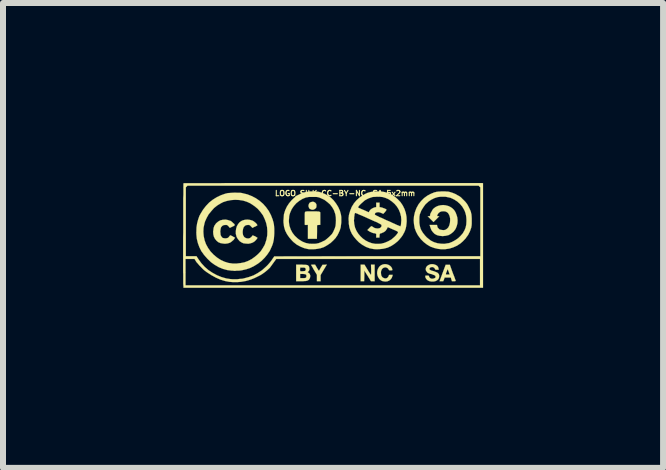
<source format=kicad_pcb>
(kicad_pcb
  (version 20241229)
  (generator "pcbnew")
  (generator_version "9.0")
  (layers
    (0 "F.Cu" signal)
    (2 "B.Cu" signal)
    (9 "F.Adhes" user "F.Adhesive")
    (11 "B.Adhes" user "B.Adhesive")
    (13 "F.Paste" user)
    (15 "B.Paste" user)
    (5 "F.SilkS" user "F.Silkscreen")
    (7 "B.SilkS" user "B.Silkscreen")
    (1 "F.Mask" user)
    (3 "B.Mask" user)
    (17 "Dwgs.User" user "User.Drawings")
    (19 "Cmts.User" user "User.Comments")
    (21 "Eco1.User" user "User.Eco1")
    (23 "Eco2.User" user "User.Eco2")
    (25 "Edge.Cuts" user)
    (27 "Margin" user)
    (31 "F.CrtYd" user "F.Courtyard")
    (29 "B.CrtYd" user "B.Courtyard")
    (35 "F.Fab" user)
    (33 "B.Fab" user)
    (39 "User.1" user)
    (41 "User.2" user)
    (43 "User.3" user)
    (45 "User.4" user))
  (footprint "LOGO_SILK_CC-BY-NC-SA_5x2mm"
    (layer "F.Cu")
    (at 2.501 0.872)
    (property "Reference" "LOGO_SILK_CC-BY-NC-SA_5x2mm" (at 0.2 -0.7 0) (layer "F.SilkS") (effects (font (size 0.089 0.089) (thickness 0.018))))
    (attr through_hole)
    (fp_poly (pts (xy -0.277 -0.488) (xy -0.279 -0.467) (xy -0.29 -0.45) (xy -0.307 -0.437) (xy -0.33 -0.427) (xy -0.345 -0.427) (xy -0.363 -0.429) (xy -0.366 -0.432) (xy -0.378 -0.437) (xy -0.386 -0.439) (xy -0.391 -0.442) (xy -0.396 -0.452) (xy -0.399 -0.455) (xy -0.409 -0.48) (xy -0.409 -0.503) (xy -0.401 -0.526) (xy -0.389 -0.544) (xy -0.368 -0.554) (xy -0.343 -0.559) (xy -0.34 -0.561) (xy -0.318 -0.556) (xy -0.297 -0.544) (xy -0.284 -0.528) (xy -0.277 -0.511) (xy -0.277 -0.488)) (stroke (width 0.003) (type solid)) (fill yes) (layer "F.SilkS"))
    (fp_poly (pts (xy 0.693 0.765) (xy 0.663 0.765) (xy 0.632 0.765) (xy 0.577 0.676) (xy 0.521 0.587) (xy 0.521 0.676) (xy 0.518 0.765) (xy 0.488 0.765) (xy 0.46 0.765) (xy 0.46 0.627) (xy 0.46 0.488) (xy 0.49 0.488) (xy 0.523 0.488) (xy 0.577 0.577) (xy 0.592 0.602) (xy 0.607 0.625) (xy 0.62 0.643) (xy 0.627 0.655) (xy 0.632 0.66) (xy 0.632 0.655) (xy 0.635 0.643) (xy 0.635 0.622) (xy 0.635 0.597) (xy 0.635 0.574) (xy 0.632 0.488) (xy 0.663 0.488) (xy 0.693 0.488) (xy 0.693 0.627) (xy 0.693 0.765)) (stroke (width 0.003) (type solid)) (fill yes) (layer "F.SilkS"))
    (fp_poly (pts (xy -0.104 0.488) (xy -0.157 0.577) (xy -0.208 0.663) (xy -0.208 0.714) (xy -0.208 0.765) (xy -0.239 0.765) (xy -0.269 0.765) (xy -0.269 0.711) (xy -0.269 0.658) (xy -0.318 0.577) (xy -0.333 0.551) (xy -0.345 0.528) (xy -0.356 0.511) (xy -0.363 0.498) (xy -0.368 0.493) (xy -0.363 0.49) (xy -0.353 0.49) (xy -0.335 0.488) (xy -0.3 0.488) (xy -0.269 0.541) (xy -0.254 0.566) (xy -0.244 0.582) (xy -0.236 0.589) (xy -0.234 0.589) (xy -0.229 0.582) (xy -0.221 0.569) (xy -0.211 0.549) (xy -0.203 0.536) (xy -0.175 0.49) (xy -0.14 0.49) (xy -0.104 0.488)) (stroke (width 0.003) (type solid)) (fill yes) (layer "F.SilkS"))
    (fp_poly (pts (xy 2.045 0.759) (xy 2.04 0.762) (xy 2.027 0.765) (xy 2.012 0.765) (xy 1.981 0.765) (xy 1.971 0.734) (xy 1.963 0.704) (xy 1.943 0.704) (xy 1.943 0.653) (xy 1.928 0.61) (xy 1.92 0.589) (xy 1.915 0.574) (xy 1.91 0.569) (xy 1.91 0.566) (xy 1.905 0.574) (xy 1.9 0.587) (xy 1.895 0.602) (xy 1.887 0.62) (xy 1.882 0.635) (xy 1.88 0.648) (xy 1.88 0.65) (xy 1.885 0.653) (xy 1.895 0.653) (xy 1.91 0.653) (xy 1.943 0.653) (xy 1.943 0.704) (xy 1.91 0.704) (xy 1.859 0.704) (xy 1.849 0.734) (xy 1.836 0.765) (xy 1.806 0.765) (xy 1.775 0.765) (xy 1.826 0.627) (xy 1.877 0.49) (xy 1.913 0.49) (xy 1.946 0.49) (xy 1.994 0.625) (xy 2.007 0.658) (xy 2.019 0.688) (xy 2.029 0.716) (xy 2.037 0.739) (xy 2.042 0.752) (xy 2.045 0.759)) (stroke (width 0.003) (type solid)) (fill yes) (layer "F.SilkS"))
    (fp_poly (pts (xy -0.213 -0.353) (xy -0.213 -0.338) (xy -0.213 -0.318) (xy -0.213 -0.29) (xy -0.213 -0.264) (xy -0.213 -0.175) (xy -0.239 -0.173) (xy -0.267 -0.17) (xy -0.267 -0.056) (xy -0.269 0.058) (xy -0.343 0.058) (xy -0.419 0.058) (xy -0.419 -0.056) (xy -0.419 -0.175) (xy -0.439 -0.173) (xy -0.455 -0.173) (xy -0.465 -0.173) (xy -0.467 -0.173) (xy -0.47 -0.175) (xy -0.472 -0.183) (xy -0.472 -0.198) (xy -0.472 -0.221) (xy -0.472 -0.249) (xy -0.472 -0.274) (xy -0.472 -0.31) (xy -0.472 -0.338) (xy -0.472 -0.358) (xy -0.47 -0.371) (xy -0.47 -0.381) (xy -0.467 -0.386) (xy -0.465 -0.389) (xy -0.462 -0.391) (xy -0.46 -0.394) (xy -0.455 -0.396) (xy -0.445 -0.396) (xy -0.432 -0.399) (xy -0.411 -0.399) (xy -0.386 -0.399) (xy -0.351 -0.399) (xy -0.343 -0.399) (xy -0.305 -0.399) (xy -0.274 -0.399) (xy -0.251 -0.396) (xy -0.234 -0.396) (xy -0.224 -0.391) (xy -0.216 -0.386) (xy -0.213 -0.381) (xy -0.213 -0.371) (xy -0.213 -0.361) (xy -0.213 -0.353)) (stroke (width 0.003) (type solid)) (fill yes) (layer "F.SilkS"))
    (fp_poly (pts (xy 0.993 0.658) (xy 0.991 0.673) (xy 0.978 0.709) (xy 0.96 0.734) (xy 0.935 0.754) (xy 0.904 0.767) (xy 0.869 0.77) (xy 0.846 0.767) (xy 0.82 0.762) (xy 0.8 0.752) (xy 0.78 0.737) (xy 0.77 0.726) (xy 0.752 0.699) (xy 0.739 0.665) (xy 0.734 0.632) (xy 0.737 0.597) (xy 0.747 0.561) (xy 0.765 0.531) (xy 0.775 0.518) (xy 0.8 0.498) (xy 0.831 0.485) (xy 0.864 0.48) (xy 0.894 0.483) (xy 0.925 0.493) (xy 0.95 0.508) (xy 0.973 0.531) (xy 0.978 0.544) (xy 0.986 0.559) (xy 0.988 0.572) (xy 0.988 0.574) (xy 0.988 0.579) (xy 0.983 0.582) (xy 0.97 0.584) (xy 0.963 0.584) (xy 0.945 0.584) (xy 0.937 0.582) (xy 0.93 0.577) (xy 0.927 0.569) (xy 0.912 0.549) (xy 0.892 0.538) (xy 0.871 0.533) (xy 0.848 0.538) (xy 0.828 0.549) (xy 0.813 0.566) (xy 0.808 0.577) (xy 0.8 0.597) (xy 0.798 0.622) (xy 0.8 0.65) (xy 0.805 0.673) (xy 0.808 0.678) (xy 0.823 0.699) (xy 0.843 0.711) (xy 0.866 0.719) (xy 0.889 0.716) (xy 0.899 0.711) (xy 0.912 0.701) (xy 0.922 0.686) (xy 0.93 0.671) (xy 0.93 0.665) (xy 0.93 0.663) (xy 0.937 0.66) (xy 0.953 0.658) (xy 0.96 0.658) (xy 0.993 0.658)) (stroke (width 0.003) (type solid)) (fill yes) (layer "F.SilkS"))
    (fp_poly (pts (xy -1.633 0.041) (xy -1.643 0.053) (xy -1.656 0.074) (xy -1.676 0.091) (xy -1.697 0.109) (xy -1.717 0.122) (xy -1.722 0.124) (xy -1.758 0.135) (xy -1.801 0.14) (xy -1.831 0.137) (xy -1.875 0.13) (xy -1.913 0.114) (xy -1.943 0.089) (xy -1.968 0.058) (xy -1.986 0.023) (xy -1.996 -0.018) (xy -1.999 -0.066) (xy -1.996 -0.079) (xy -1.991 -0.122) (xy -1.979 -0.157) (xy -1.956 -0.191) (xy -1.948 -0.201) (xy -1.915 -0.229) (xy -1.88 -0.249) (xy -1.839 -0.259) (xy -1.793 -0.262) (xy -1.773 -0.259) (xy -1.75 -0.254) (xy -1.727 -0.246) (xy -1.709 -0.241) (xy -1.694 -0.231) (xy -1.679 -0.218) (xy -1.664 -0.203) (xy -1.648 -0.191) (xy -1.641 -0.178) (xy -1.638 -0.17) (xy -1.643 -0.165) (xy -1.654 -0.157) (xy -1.671 -0.147) (xy -1.679 -0.145) (xy -1.72 -0.124) (xy -1.742 -0.15) (xy -1.755 -0.163) (xy -1.765 -0.17) (xy -1.775 -0.173) (xy -1.788 -0.173) (xy -1.796 -0.173) (xy -1.824 -0.17) (xy -1.847 -0.157) (xy -1.864 -0.137) (xy -1.867 -0.135) (xy -1.872 -0.117) (xy -1.877 -0.091) (xy -1.88 -0.064) (xy -1.877 -0.036) (xy -1.875 -0.01) (xy -1.872 0) (xy -1.859 0.023) (xy -1.844 0.041) (xy -1.821 0.048) (xy -1.796 0.051) (xy -1.77 0.048) (xy -1.75 0.041) (xy -1.735 0.025) (xy -1.727 0.015) (xy -1.72 0.005) (xy -1.712 0) (xy -1.707 0) (xy -1.694 0.008) (xy -1.676 0.015) (xy -1.671 0.02) (xy -1.633 0.041)) (stroke (width 0.003) (type solid)) (fill yes) (layer "F.SilkS"))
    (fp_poly (pts (xy -1.262 0.038) (xy -1.262 0.046) (xy -1.267 0.056) (xy -1.275 0.066) (xy -1.303 0.097) (xy -1.336 0.119) (xy -1.372 0.132) (xy -1.412 0.14) (xy -1.458 0.137) (xy -1.496 0.132) (xy -1.527 0.117) (xy -1.557 0.097) (xy -1.562 0.091) (xy -1.587 0.061) (xy -1.608 0.025) (xy -1.618 -0.015) (xy -1.621 -0.023) (xy -1.621 -0.069) (xy -1.615 -0.112) (xy -1.603 -0.152) (xy -1.582 -0.188) (xy -1.557 -0.218) (xy -1.527 -0.239) (xy -1.506 -0.249) (xy -1.468 -0.259) (xy -1.427 -0.262) (xy -1.384 -0.257) (xy -1.346 -0.246) (xy -1.341 -0.244) (xy -1.323 -0.234) (xy -1.303 -0.218) (xy -1.285 -0.203) (xy -1.27 -0.185) (xy -1.267 -0.178) (xy -1.262 -0.173) (xy -1.262 -0.168) (xy -1.267 -0.163) (xy -1.278 -0.157) (xy -1.295 -0.147) (xy -1.303 -0.145) (xy -1.344 -0.124) (xy -1.369 -0.15) (xy -1.382 -0.163) (xy -1.392 -0.17) (xy -1.4 -0.173) (xy -1.415 -0.173) (xy -1.42 -0.173) (xy -1.448 -0.17) (xy -1.468 -0.16) (xy -1.486 -0.14) (xy -1.494 -0.127) (xy -1.501 -0.102) (xy -1.506 -0.069) (xy -1.506 -0.038) (xy -1.501 -0.008) (xy -1.496 0.005) (xy -1.481 0.028) (xy -1.46 0.043) (xy -1.435 0.051) (xy -1.41 0.053) (xy -1.387 0.046) (xy -1.364 0.03) (xy -1.354 0.018) (xy -1.344 0.008) (xy -1.344 0.003) (xy -1.341 0) (xy -1.333 0.003) (xy -1.321 0.008) (xy -1.303 0.015) (xy -1.285 0.025) (xy -1.273 0.033) (xy -1.262 0.038)) (stroke (width 0.003) (type solid)) (fill yes) (layer "F.SilkS"))
    (fp_poly (pts (xy -0.381 0.693) (xy -0.389 0.719) (xy -0.404 0.742) (xy -0.427 0.754) (xy -0.434 0.757) (xy -0.445 0.759) (xy -0.445 0.678) (xy -0.445 0.663) (xy -0.452 0.653) (xy -0.455 0.653) (xy -0.455 0.564) (xy -0.46 0.551) (xy -0.462 0.546) (xy -0.47 0.541) (xy -0.483 0.538) (xy -0.503 0.538) (xy -0.508 0.538) (xy -0.549 0.538) (xy -0.549 0.554) (xy -0.551 0.572) (xy -0.549 0.584) (xy -0.549 0.592) (xy -0.546 0.597) (xy -0.538 0.599) (xy -0.523 0.599) (xy -0.513 0.599) (xy -0.488 0.597) (xy -0.47 0.594) (xy -0.465 0.592) (xy -0.457 0.579) (xy -0.455 0.564) (xy -0.455 0.653) (xy -0.465 0.648) (xy -0.483 0.645) (xy -0.508 0.643) (xy -0.549 0.643) (xy -0.549 0.678) (xy -0.549 0.714) (xy -0.505 0.714) (xy -0.483 0.714) (xy -0.467 0.711) (xy -0.457 0.709) (xy -0.452 0.706) (xy -0.445 0.693) (xy -0.445 0.678) (xy -0.445 0.759) (xy -0.447 0.759) (xy -0.46 0.762) (xy -0.48 0.762) (xy -0.505 0.765) (xy -0.531 0.765) (xy -0.615 0.765) (xy -0.615 0.627) (xy -0.615 0.488) (xy -0.531 0.488) (xy -0.495 0.49) (xy -0.467 0.49) (xy -0.447 0.493) (xy -0.432 0.495) (xy -0.419 0.5) (xy -0.411 0.508) (xy -0.406 0.513) (xy -0.399 0.526) (xy -0.396 0.546) (xy -0.394 0.566) (xy -0.396 0.577) (xy -0.401 0.589) (xy -0.411 0.602) (xy -0.414 0.602) (xy -0.422 0.612) (xy -0.422 0.617) (xy -0.419 0.617) (xy -0.406 0.627) (xy -0.391 0.64) (xy -0.384 0.658) (xy -0.381 0.665) (xy -0.381 0.693)) (stroke (width 0.003) (type solid)) (fill yes) (layer "F.SilkS"))
    (fp_poly (pts (xy 1.768 0.693) (xy 1.763 0.714) (xy 1.753 0.732) (xy 1.748 0.737) (xy 1.73 0.752) (xy 1.702 0.765) (xy 1.671 0.77) (xy 1.641 0.77) (xy 1.636 0.77) (xy 1.6 0.762) (xy 1.572 0.747) (xy 1.552 0.726) (xy 1.539 0.701) (xy 1.539 0.699) (xy 1.537 0.683) (xy 1.539 0.673) (xy 1.547 0.671) (xy 1.565 0.671) (xy 1.57 0.671) (xy 1.585 0.671) (xy 1.593 0.673) (xy 1.598 0.681) (xy 1.6 0.688) (xy 1.61 0.706) (xy 1.628 0.719) (xy 1.648 0.724) (xy 1.674 0.721) (xy 1.687 0.716) (xy 1.702 0.709) (xy 1.709 0.696) (xy 1.707 0.683) (xy 1.704 0.676) (xy 1.697 0.668) (xy 1.684 0.663) (xy 1.664 0.655) (xy 1.638 0.645) (xy 1.623 0.643) (xy 1.6 0.635) (xy 1.582 0.627) (xy 1.572 0.62) (xy 1.565 0.612) (xy 1.549 0.589) (xy 1.544 0.566) (xy 1.547 0.544) (xy 1.557 0.523) (xy 1.575 0.505) (xy 1.595 0.493) (xy 1.621 0.483) (xy 1.651 0.48) (xy 1.679 0.483) (xy 1.709 0.493) (xy 1.735 0.508) (xy 1.75 0.528) (xy 1.758 0.554) (xy 1.76 0.574) (xy 1.732 0.574) (xy 1.714 0.574) (xy 1.707 0.572) (xy 1.702 0.566) (xy 1.697 0.559) (xy 1.689 0.544) (xy 1.671 0.533) (xy 1.654 0.528) (xy 1.633 0.531) (xy 1.618 0.538) (xy 1.615 0.541) (xy 1.608 0.551) (xy 1.605 0.561) (xy 1.61 0.569) (xy 1.613 0.574) (xy 1.623 0.579) (xy 1.643 0.589) (xy 1.674 0.597) (xy 1.676 0.597) (xy 1.709 0.61) (xy 1.735 0.62) (xy 1.75 0.632) (xy 1.763 0.648) (xy 1.768 0.665) (xy 1.768 0.671) (xy 1.768 0.693)) (stroke (width 0.003) (type solid)) (fill yes) (layer "F.SilkS"))
    (fp_poly (pts (xy 2.075 -0.251) (xy 2.073 -0.203) (xy 2.062 -0.157) (xy 2.045 -0.114) (xy 2.035 -0.097) (xy 2.019 -0.076) (xy 2.004 -0.058) (xy 2.002 -0.056) (xy 1.963 -0.025) (xy 1.923 -0.003) (xy 1.875 0.008) (xy 1.826 0.013) (xy 1.778 0.008) (xy 1.775 0.008) (xy 1.732 -0.003) (xy 1.694 -0.023) (xy 1.664 -0.053) (xy 1.638 -0.089) (xy 1.621 -0.135) (xy 1.613 -0.16) (xy 1.608 -0.173) (xy 1.671 -0.173) (xy 1.732 -0.173) (xy 1.737 -0.152) (xy 1.742 -0.132) (xy 1.758 -0.114) (xy 1.773 -0.099) (xy 1.775 -0.099) (xy 1.786 -0.094) (xy 1.801 -0.091) (xy 1.814 -0.089) (xy 1.847 -0.086) (xy 1.877 -0.094) (xy 1.902 -0.112) (xy 1.923 -0.135) (xy 1.938 -0.168) (xy 1.948 -0.208) (xy 1.951 -0.244) (xy 1.951 -0.282) (xy 1.943 -0.318) (xy 1.933 -0.345) (xy 1.93 -0.348) (xy 1.915 -0.373) (xy 1.892 -0.389) (xy 1.869 -0.399) (xy 1.836 -0.401) (xy 1.806 -0.399) (xy 1.781 -0.389) (xy 1.758 -0.371) (xy 1.745 -0.353) (xy 1.737 -0.335) (xy 1.735 -0.325) (xy 1.737 -0.32) (xy 1.75 -0.32) (xy 1.753 -0.318) (xy 1.77 -0.318) (xy 1.722 -0.269) (xy 1.674 -0.221) (xy 1.626 -0.269) (xy 1.577 -0.318) (xy 1.595 -0.318) (xy 1.61 -0.32) (xy 1.618 -0.33) (xy 1.618 -0.343) (xy 1.621 -0.356) (xy 1.628 -0.373) (xy 1.641 -0.394) (xy 1.651 -0.414) (xy 1.664 -0.434) (xy 1.676 -0.447) (xy 1.709 -0.472) (xy 1.748 -0.49) (xy 1.788 -0.5) (xy 1.834 -0.505) (xy 1.877 -0.5) (xy 1.923 -0.488) (xy 1.951 -0.475) (xy 1.986 -0.452) (xy 2.017 -0.422) (xy 2.04 -0.386) (xy 2.057 -0.343) (xy 2.07 -0.3) (xy 2.075 -0.251)) (stroke (width 0.003) (type solid)) (fill yes) (layer "F.SilkS"))
    (fp_poly (pts (xy -0.98 -0.069) (xy -0.98 -0.033) (xy -0.983 0.013) (xy -0.986 0.056) (xy -0.993 0.094) (xy -1.001 0.13) (xy -1.013 0.165) (xy -1.024 0.191) (xy -1.054 0.257) (xy -1.095 0.318) (xy -1.095 -0.069) (xy -1.1 -0.137) (xy -1.115 -0.206) (xy -1.138 -0.269) (xy -1.168 -0.333) (xy -1.209 -0.389) (xy -1.255 -0.442) (xy -1.311 -0.488) (xy -1.372 -0.528) (xy -1.374 -0.531) (xy -1.435 -0.559) (xy -1.499 -0.579) (xy -1.565 -0.589) (xy -1.633 -0.592) (xy -1.702 -0.587) (xy -1.768 -0.574) (xy -1.831 -0.554) (xy -1.872 -0.533) (xy -1.93 -0.498) (xy -1.984 -0.455) (xy -2.029 -0.404) (xy -2.073 -0.351) (xy -2.106 -0.292) (xy -2.134 -0.231) (xy -2.144 -0.196) (xy -2.159 -0.124) (xy -2.162 -0.053) (xy -2.156 0.015) (xy -2.141 0.084) (xy -2.118 0.147) (xy -2.083 0.211) (xy -2.042 0.269) (xy -1.991 0.323) (xy -1.933 0.371) (xy -1.875 0.409) (xy -1.811 0.439) (xy -1.745 0.46) (xy -1.676 0.47) (xy -1.603 0.47) (xy -1.537 0.462) (xy -1.476 0.45) (xy -1.415 0.427) (xy -1.356 0.396) (xy -1.303 0.358) (xy -1.252 0.315) (xy -1.206 0.267) (xy -1.171 0.213) (xy -1.14 0.16) (xy -1.133 0.142) (xy -1.11 0.071) (xy -1.097 0) (xy -1.095 -0.069) (xy -1.095 0.318) (xy -1.14 0.373) (xy -1.194 0.427) (xy -1.252 0.472) (xy -1.316 0.511) (xy -1.382 0.544) (xy -1.448 0.566) (xy -1.519 0.582) (xy -1.552 0.587) (xy -1.582 0.589) (xy -1.608 0.589) (xy -1.631 0.592) (xy -1.648 0.592) (xy -1.669 0.589) (xy -1.687 0.589) (xy -1.763 0.579) (xy -1.836 0.559) (xy -1.905 0.531) (xy -1.971 0.493) (xy -2.035 0.447) (xy -2.095 0.389) (xy -2.149 0.328) (xy -2.195 0.264) (xy -2.228 0.198) (xy -2.253 0.13) (xy -2.271 0.056) (xy -2.278 -0.018) (xy -2.278 -0.058) (xy -2.276 -0.13) (xy -2.266 -0.198) (xy -2.25 -0.259) (xy -2.228 -0.323) (xy -2.207 -0.361) (xy -2.167 -0.427) (xy -2.118 -0.49) (xy -2.065 -0.546) (xy -2.004 -0.594) (xy -1.938 -0.635) (xy -1.869 -0.668) (xy -1.798 -0.693) (xy -1.753 -0.704) (xy -1.72 -0.706) (xy -1.679 -0.709) (xy -1.636 -0.711) (xy -1.593 -0.709) (xy -1.549 -0.709) (xy -1.514 -0.704) (xy -1.506 -0.701) (xy -1.43 -0.683) (xy -1.359 -0.655) (xy -1.29 -0.62) (xy -1.227 -0.577) (xy -1.168 -0.526) (xy -1.118 -0.47) (xy -1.072 -0.406) (xy -1.036 -0.338) (xy -1.008 -0.267) (xy -1.003 -0.249) (xy -0.993 -0.213) (xy -0.986 -0.18) (xy -0.983 -0.147) (xy -0.98 -0.109) (xy -0.98 -0.069)) (stroke (width 0.003) (type solid)) (fill yes) (layer "F.SilkS"))
    (fp_poly (pts (xy 2.311 -0.239) (xy 2.311 -0.198) (xy 2.309 -0.165) (xy 2.304 -0.137) (xy 2.304 -0.132) (xy 2.281 -0.066) (xy 2.25 -0.005) (xy 2.223 0.03) (xy 2.223 -0.234) (xy 2.223 -0.264) (xy 2.22 -0.305) (xy 2.215 -0.338) (xy 2.207 -0.368) (xy 2.197 -0.399) (xy 2.184 -0.427) (xy 2.154 -0.478) (xy 2.116 -0.523) (xy 2.07 -0.564) (xy 2.019 -0.597) (xy 1.966 -0.622) (xy 1.951 -0.627) (xy 1.915 -0.635) (xy 1.875 -0.643) (xy 1.829 -0.643) (xy 1.788 -0.643) (xy 1.75 -0.638) (xy 1.745 -0.638) (xy 1.689 -0.62) (xy 1.633 -0.592) (xy 1.585 -0.559) (xy 1.539 -0.516) (xy 1.504 -0.467) (xy 1.471 -0.414) (xy 1.453 -0.368) (xy 1.445 -0.348) (xy 1.443 -0.333) (xy 1.44 -0.318) (xy 1.438 -0.3) (xy 1.438 -0.279) (xy 1.438 -0.251) (xy 1.438 -0.208) (xy 1.443 -0.173) (xy 1.45 -0.14) (xy 1.46 -0.107) (xy 1.473 -0.081) (xy 1.496 -0.043) (xy 1.527 -0.003) (xy 1.56 0.033) (xy 1.598 0.064) (xy 1.631 0.089) (xy 1.681 0.114) (xy 1.74 0.132) (xy 1.798 0.14) (xy 1.857 0.142) (xy 1.915 0.132) (xy 1.933 0.13) (xy 1.986 0.109) (xy 2.037 0.081) (xy 2.085 0.048) (xy 2.126 0.008) (xy 2.162 -0.033) (xy 2.189 -0.081) (xy 2.192 -0.086) (xy 2.21 -0.132) (xy 2.22 -0.18) (xy 2.223 -0.234) (xy 2.223 0.03) (xy 2.212 0.048) (xy 2.164 0.099) (xy 2.123 0.135) (xy 2.065 0.173) (xy 2.002 0.201) (xy 1.938 0.221) (xy 1.869 0.231) (xy 1.798 0.231) (xy 1.75 0.226) (xy 1.687 0.211) (xy 1.623 0.188) (xy 1.567 0.155) (xy 1.511 0.112) (xy 1.463 0.064) (xy 1.455 0.053) (xy 1.415 0) (xy 1.384 -0.058) (xy 1.361 -0.119) (xy 1.349 -0.185) (xy 1.344 -0.251) (xy 1.349 -0.318) (xy 1.364 -0.384) (xy 1.387 -0.447) (xy 1.394 -0.462) (xy 1.427 -0.521) (xy 1.468 -0.572) (xy 1.516 -0.62) (xy 1.57 -0.66) (xy 1.628 -0.691) (xy 1.689 -0.716) (xy 1.704 -0.719) (xy 1.722 -0.724) (xy 1.737 -0.726) (xy 1.758 -0.729) (xy 1.778 -0.729) (xy 1.806 -0.732) (xy 1.831 -0.732) (xy 1.864 -0.732) (xy 1.892 -0.729) (xy 1.913 -0.729) (xy 1.93 -0.726) (xy 1.948 -0.721) (xy 1.956 -0.719) (xy 1.996 -0.706) (xy 2.04 -0.688) (xy 2.08 -0.665) (xy 2.111 -0.648) (xy 2.134 -0.63) (xy 2.156 -0.607) (xy 2.182 -0.582) (xy 2.207 -0.556) (xy 2.225 -0.533) (xy 2.233 -0.523) (xy 2.25 -0.493) (xy 2.268 -0.457) (xy 2.286 -0.419) (xy 2.299 -0.384) (xy 2.299 -0.376) (xy 2.306 -0.351) (xy 2.309 -0.315) (xy 2.311 -0.277) (xy 2.311 -0.239)) (stroke (width 0.003) (type solid)) (fill yes) (layer "F.SilkS"))
    (fp_poly (pts (xy 0.137 -0.262) (xy 0.137 -0.216) (xy 0.132 -0.173) (xy 0.127 -0.132) (xy 0.124 -0.122) (xy 0.112 -0.084) (xy 0.094 -0.043) (xy 0.074 -0.003) (xy 0.053 0.028) (xy 0.048 0.033) (xy 0.048 -0.249) (xy 0.046 -0.302) (xy 0.038 -0.351) (xy 0.023 -0.396) (xy 0.013 -0.422) (xy -0.015 -0.47) (xy -0.051 -0.516) (xy -0.097 -0.556) (xy -0.145 -0.592) (xy -0.198 -0.617) (xy -0.229 -0.63) (xy -0.246 -0.635) (xy -0.262 -0.638) (xy -0.279 -0.64) (xy -0.3 -0.64) (xy -0.328 -0.64) (xy -0.34 -0.64) (xy -0.373 -0.64) (xy -0.396 -0.64) (xy -0.414 -0.638) (xy -0.429 -0.635) (xy -0.447 -0.632) (xy -0.455 -0.63) (xy -0.511 -0.607) (xy -0.564 -0.574) (xy -0.612 -0.536) (xy -0.653 -0.49) (xy -0.688 -0.439) (xy -0.714 -0.381) (xy -0.724 -0.351) (xy -0.732 -0.318) (xy -0.734 -0.279) (xy -0.737 -0.241) (xy -0.734 -0.201) (xy -0.729 -0.168) (xy -0.726 -0.155) (xy -0.706 -0.097) (xy -0.676 -0.041) (xy -0.638 0.008) (xy -0.592 0.051) (xy -0.566 0.071) (xy -0.513 0.104) (xy -0.457 0.127) (xy -0.396 0.14) (xy -0.335 0.142) (xy -0.284 0.14) (xy -0.239 0.13) (xy -0.193 0.112) (xy -0.15 0.091) (xy -0.137 0.086) (xy -0.122 0.074) (xy -0.102 0.058) (xy -0.079 0.038) (xy -0.058 0.02) (xy -0.058 0.018) (xy -0.036 -0.003) (xy -0.02 -0.02) (xy -0.008 -0.038) (xy 0.003 -0.058) (xy 0.008 -0.069) (xy 0.028 -0.114) (xy 0.041 -0.155) (xy 0.046 -0.201) (xy 0.048 -0.249) (xy 0.048 0.033) (xy 0.048 0.038) (xy 0.005 0.084) (xy -0.041 0.127) (xy -0.097 0.165) (xy -0.152 0.196) (xy -0.211 0.216) (xy -0.224 0.218) (xy -0.254 0.224) (xy -0.29 0.229) (xy -0.325 0.231) (xy -0.363 0.231) (xy -0.396 0.231) (xy -0.417 0.229) (xy -0.483 0.213) (xy -0.544 0.188) (xy -0.605 0.155) (xy -0.66 0.112) (xy -0.683 0.089) (xy -0.729 0.036) (xy -0.767 -0.018) (xy -0.798 -0.079) (xy -0.813 -0.13) (xy -0.818 -0.15) (xy -0.82 -0.17) (xy -0.823 -0.193) (xy -0.826 -0.216) (xy -0.826 -0.246) (xy -0.823 -0.292) (xy -0.82 -0.33) (xy -0.818 -0.353) (xy -0.798 -0.417) (xy -0.77 -0.478) (xy -0.734 -0.533) (xy -0.691 -0.584) (xy -0.643 -0.63) (xy -0.589 -0.668) (xy -0.531 -0.699) (xy -0.467 -0.719) (xy -0.455 -0.721) (xy -0.424 -0.726) (xy -0.389 -0.732) (xy -0.348 -0.732) (xy -0.305 -0.732) (xy -0.267 -0.729) (xy -0.234 -0.724) (xy -0.216 -0.719) (xy -0.152 -0.696) (xy -0.091 -0.665) (xy -0.036 -0.627) (xy 0.01 -0.582) (xy 0.051 -0.528) (xy 0.086 -0.472) (xy 0.114 -0.409) (xy 0.132 -0.343) (xy 0.132 -0.34) (xy 0.137 -0.302) (xy 0.137 -0.262)) (stroke (width 0.003) (type solid)) (fill yes) (layer "F.SilkS"))
    (fp_poly (pts (xy 2.499 0.874) (xy 2.454 0.874) (xy 2.454 0.348) (xy 2.454 -0.224) (xy 2.454 -0.8) (xy 2.438 -0.815) (xy 2.426 -0.828) (xy 0 -0.828) (xy -2.426 -0.828) (xy -2.438 -0.815) (xy -2.454 -0.8) (xy -2.454 -0.224) (xy -2.454 0.348) (xy -2.365 0.348) (xy -2.276 0.348) (xy -2.243 0.399) (xy -2.195 0.465) (xy -2.139 0.526) (xy -2.078 0.579) (xy -2.009 0.625) (xy -1.935 0.665) (xy -1.859 0.696) (xy -1.778 0.719) (xy -1.712 0.729) (xy -1.679 0.732) (xy -1.638 0.732) (xy -1.595 0.732) (xy -1.552 0.726) (xy -1.514 0.724) (xy -1.491 0.719) (xy -1.405 0.696) (xy -1.326 0.668) (xy -1.252 0.627) (xy -1.184 0.582) (xy -1.118 0.523) (xy -1.092 0.498) (xy -1.069 0.472) (xy -1.046 0.445) (xy -1.026 0.419) (xy -1.013 0.399) (xy -0.98 0.351) (xy 0.734 0.348) (xy 2.454 0.348) (xy 2.454 0.874) (xy 2.449 0.874) (xy 2.449 0.833) (xy 2.449 0.615) (xy 2.449 0.394) (xy 0.749 0.394) (xy -0.947 0.394) (xy -0.98 0.439) (xy -1.019 0.493) (xy -1.054 0.541) (xy -1.095 0.579) (xy -1.135 0.612) (xy -1.181 0.645) (xy -1.214 0.665) (xy -1.27 0.693) (xy -1.318 0.716) (xy -1.364 0.734) (xy -1.41 0.749) (xy -1.458 0.762) (xy -1.46 0.762) (xy -1.534 0.775) (xy -1.6 0.78) (xy -1.664 0.78) (xy -1.73 0.775) (xy -1.798 0.762) (xy -1.875 0.739) (xy -1.951 0.706) (xy -2.029 0.663) (xy -2.108 0.612) (xy -2.134 0.592) (xy -2.154 0.577) (xy -2.177 0.554) (xy -2.202 0.528) (xy -2.23 0.5) (xy -2.253 0.472) (xy -2.276 0.447) (xy -2.291 0.424) (xy -2.299 0.409) (xy -2.309 0.394) (xy -2.383 0.394) (xy -2.459 0.394) (xy -2.459 0.615) (xy -2.459 0.833) (xy -0.003 0.833) (xy 2.449 0.833) (xy 2.449 0.874) (xy 0.003 0.874) (xy -2.492 0.874) (xy -2.497 0.803) (xy -2.497 0.787) (xy -2.497 0.765) (xy -2.497 0.734) (xy -2.497 0.693) (xy -2.497 0.648) (xy -2.499 0.597) (xy -2.499 0.538) (xy -2.499 0.478) (xy -2.499 0.411) (xy -2.499 0.34) (xy -2.499 0.267) (xy -2.499 0.191) (xy -2.499 0.112) (xy -2.499 0.033) (xy -2.497 -0.043) (xy -2.497 -0.122) (xy -2.497 -0.201) (xy -2.497 -0.277) (xy -2.497 -0.353) (xy -2.497 -0.427) (xy -2.497 -0.495) (xy -2.497 -0.559) (xy -2.497 -0.62) (xy -2.494 -0.676) (xy -2.494 -0.726) (xy -2.494 -0.77) (xy -2.494 -0.805) (xy -2.494 -0.833) (xy -2.494 -0.853) (xy -2.492 -0.866) (xy -2.487 -0.869) (xy -2.471 -0.869) (xy -2.449 -0.869) (xy -2.416 -0.869) (xy -2.375 -0.869) (xy -2.324 -0.869) (xy -2.266 -0.869) (xy -2.202 -0.869) (xy -2.129 -0.869) (xy -2.05 -0.869) (xy -1.966 -0.869) (xy -1.875 -0.869) (xy -1.778 -0.871) (xy -1.676 -0.871) (xy -1.57 -0.871) (xy -1.458 -0.871) (xy -1.344 -0.871) (xy -1.224 -0.871) (xy -1.102 -0.871) (xy -0.975 -0.871) (xy -0.848 -0.871) (xy -0.719 -0.871) (xy -0.584 -0.871) (xy -0.452 -0.871) (xy -0.315 -0.871) (xy -0.18 -0.871) (xy -0.043 -0.871) (xy 0.091 -0.871) (xy 0.226 -0.871) (xy 0.363 -0.871) (xy 0.498 -0.871) (xy 0.63 -0.871) (xy 0.762 -0.871) (xy 0.892 -0.871) (xy 1.019 -0.871) (xy 1.143 -0.871) (xy 1.262 -0.871) (xy 1.382 -0.871) (xy 1.494 -0.871) (xy 1.603 -0.871) (xy 1.707 -0.871) (xy 1.806 -0.871) (xy 1.902 -0.871) (xy 1.989 -0.871) (xy 2.073 -0.871) (xy 2.146 -0.871) (xy 2.215 -0.871) (xy 2.278 -0.871) (xy 2.332 -0.871) (xy 2.377 -0.871) (xy 2.416 -0.871) (xy 2.443 -0.871) (xy 2.464 -0.871) (xy 2.474 -0.871) (xy 2.477 -0.871) (xy 2.499 -0.869) (xy 2.499 0.003) (xy 2.499 0.874)) (stroke (width 0.003) (type solid)) (fill yes) (layer "F.SilkS"))
    (fp_poly (pts (xy 1.227 -0.236) (xy 1.224 -0.198) (xy 1.219 -0.155) (xy 1.212 -0.119) (xy 1.201 -0.084) (xy 1.186 -0.048) (xy 1.184 -0.046) (xy 1.161 -0.003) (xy 1.138 0.03) (xy 1.138 -0.254) (xy 1.133 -0.315) (xy 1.118 -0.373) (xy 1.095 -0.429) (xy 1.064 -0.48) (xy 1.024 -0.526) (xy 0.978 -0.566) (xy 0.925 -0.602) (xy 0.914 -0.607) (xy 0.871 -0.625) (xy 0.828 -0.638) (xy 0.78 -0.643) (xy 0.726 -0.643) (xy 0.696 -0.643) (xy 0.673 -0.64) (xy 0.655 -0.638) (xy 0.638 -0.632) (xy 0.617 -0.625) (xy 0.594 -0.617) (xy 0.569 -0.605) (xy 0.549 -0.594) (xy 0.546 -0.592) (xy 0.531 -0.584) (xy 0.513 -0.569) (xy 0.493 -0.551) (xy 0.47 -0.531) (xy 0.452 -0.513) (xy 0.434 -0.495) (xy 0.424 -0.48) (xy 0.419 -0.475) (xy 0.417 -0.467) (xy 0.419 -0.462) (xy 0.429 -0.457) (xy 0.439 -0.452) (xy 0.457 -0.445) (xy 0.48 -0.434) (xy 0.505 -0.424) (xy 0.521 -0.417) (xy 0.594 -0.384) (xy 0.607 -0.406) (xy 0.625 -0.429) (xy 0.65 -0.447) (xy 0.678 -0.46) (xy 0.691 -0.465) (xy 0.719 -0.47) (xy 0.719 -0.508) (xy 0.719 -0.544) (xy 0.747 -0.544) (xy 0.775 -0.544) (xy 0.775 -0.508) (xy 0.775 -0.47) (xy 0.805 -0.465) (xy 0.823 -0.46) (xy 0.843 -0.452) (xy 0.864 -0.445) (xy 0.879 -0.437) (xy 0.889 -0.429) (xy 0.892 -0.427) (xy 0.889 -0.422) (xy 0.881 -0.409) (xy 0.871 -0.396) (xy 0.866 -0.389) (xy 0.836 -0.358) (xy 0.808 -0.371) (xy 0.782 -0.381) (xy 0.757 -0.386) (xy 0.734 -0.384) (xy 0.714 -0.378) (xy 0.701 -0.368) (xy 0.696 -0.353) (xy 0.696 -0.348) (xy 0.699 -0.345) (xy 0.701 -0.34) (xy 0.709 -0.338) (xy 0.719 -0.33) (xy 0.732 -0.325) (xy 0.752 -0.315) (xy 0.777 -0.302) (xy 0.808 -0.29) (xy 0.846 -0.272) (xy 0.894 -0.249) (xy 0.907 -0.244) (xy 0.95 -0.226) (xy 0.991 -0.206) (xy 1.026 -0.191) (xy 1.059 -0.175) (xy 1.085 -0.165) (xy 1.105 -0.157) (xy 1.118 -0.15) (xy 1.123 -0.15) (xy 1.125 -0.155) (xy 1.13 -0.168) (xy 1.133 -0.188) (xy 1.133 -0.193) (xy 1.138 -0.254) (xy 1.138 0.03) (xy 1.135 0.033) (xy 1.105 0.069) (xy 1.082 0.094) (xy 1.082 -0.053) (xy 1.077 -0.061) (xy 1.064 -0.069) (xy 1.044 -0.079) (xy 1.016 -0.091) (xy 1.001 -0.097) (xy 0.912 -0.137) (xy 0.897 -0.107) (xy 0.876 -0.076) (xy 0.851 -0.056) (xy 0.818 -0.041) (xy 0.813 -0.038) (xy 0.795 -0.033) (xy 0.782 -0.028) (xy 0.777 -0.018) (xy 0.775 -0.005) (xy 0.775 0.005) (xy 0.772 0.038) (xy 0.747 0.038) (xy 0.719 0.038) (xy 0.719 0.005) (xy 0.719 -0.01) (xy 0.719 -0.023) (xy 0.714 -0.028) (xy 0.704 -0.03) (xy 0.688 -0.036) (xy 0.676 -0.036) (xy 0.658 -0.041) (xy 0.635 -0.051) (xy 0.612 -0.061) (xy 0.592 -0.074) (xy 0.584 -0.079) (xy 0.572 -0.089) (xy 0.605 -0.122) (xy 0.622 -0.14) (xy 0.635 -0.15) (xy 0.643 -0.152) (xy 0.645 -0.152) (xy 0.671 -0.135) (xy 0.693 -0.122) (xy 0.714 -0.117) (xy 0.739 -0.114) (xy 0.742 -0.114) (xy 0.77 -0.117) (xy 0.79 -0.127) (xy 0.803 -0.142) (xy 0.808 -0.157) (xy 0.805 -0.173) (xy 0.803 -0.178) (xy 0.798 -0.18) (xy 0.792 -0.185) (xy 0.782 -0.191) (xy 0.767 -0.198) (xy 0.749 -0.208) (xy 0.724 -0.221) (xy 0.691 -0.234) (xy 0.653 -0.251) (xy 0.607 -0.272) (xy 0.584 -0.282) (xy 0.541 -0.302) (xy 0.5 -0.32) (xy 0.465 -0.335) (xy 0.432 -0.348) (xy 0.406 -0.361) (xy 0.386 -0.368) (xy 0.373 -0.373) (xy 0.368 -0.373) (xy 0.363 -0.366) (xy 0.358 -0.351) (xy 0.356 -0.328) (xy 0.351 -0.302) (xy 0.351 -0.277) (xy 0.348 -0.251) (xy 0.348 -0.246) (xy 0.353 -0.188) (xy 0.366 -0.13) (xy 0.389 -0.076) (xy 0.419 -0.028) (xy 0.455 0.015) (xy 0.495 0.053) (xy 0.541 0.086) (xy 0.592 0.112) (xy 0.648 0.132) (xy 0.704 0.142) (xy 0.762 0.142) (xy 0.8 0.14) (xy 0.861 0.124) (xy 0.919 0.099) (xy 0.973 0.069) (xy 1.021 0.028) (xy 1.052 -0.003) (xy 1.064 -0.02) (xy 1.077 -0.036) (xy 1.082 -0.046) (xy 1.082 -0.053) (xy 1.082 0.094) (xy 1.079 0.097) (xy 1.024 0.142) (xy 0.968 0.178) (xy 0.907 0.206) (xy 0.848 0.221) (xy 0.818 0.226) (xy 0.782 0.229) (xy 0.747 0.231) (xy 0.711 0.231) (xy 0.681 0.229) (xy 0.676 0.229) (xy 0.61 0.216) (xy 0.549 0.193) (xy 0.49 0.16) (xy 0.434 0.119) (xy 0.391 0.076) (xy 0.348 0.025) (xy 0.315 -0.023) (xy 0.29 -0.076) (xy 0.272 -0.132) (xy 0.262 -0.196) (xy 0.262 -0.231) (xy 0.259 -0.264) (xy 0.259 -0.29) (xy 0.262 -0.31) (xy 0.264 -0.333) (xy 0.267 -0.348) (xy 0.287 -0.414) (xy 0.312 -0.475) (xy 0.348 -0.533) (xy 0.391 -0.584) (xy 0.442 -0.63) (xy 0.498 -0.668) (xy 0.533 -0.688) (xy 0.579 -0.709) (xy 0.622 -0.721) (xy 0.671 -0.729) (xy 0.719 -0.732) (xy 0.79 -0.732) (xy 0.859 -0.721) (xy 0.919 -0.704) (xy 0.98 -0.676) (xy 1.036 -0.638) (xy 1.077 -0.602) (xy 1.123 -0.554) (xy 1.161 -0.498) (xy 1.191 -0.437) (xy 1.212 -0.373) (xy 1.224 -0.307) (xy 1.227 -0.236)) (stroke (width 0.003) (type solid)) (fill yes) (layer "F.SilkS")))
  (gr_rect
    (start -3 -3)
    (end 8.001 4.748)
    (stroke (width 0.1) (type default))
    (fill no)
    (layer "Edge.Cuts")))
</source>
